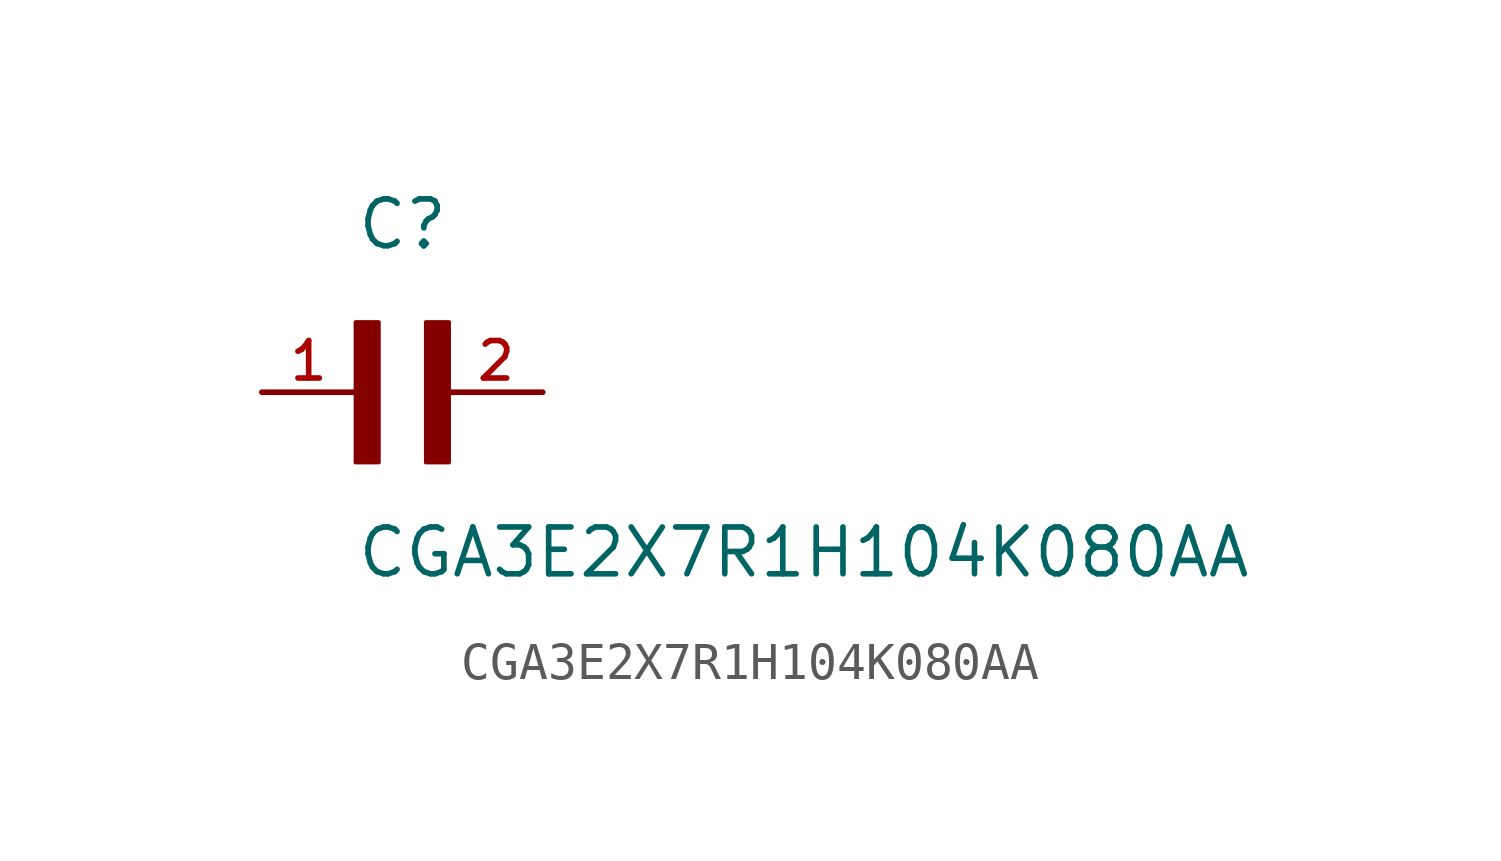
<source format=kicad_sym>
(kicad_symbol_lib
  (version 20211014)
  (generator kicad_symbol_editor)
  (symbol "CGA3E2X7R1H104K080AA"
    (pin_names
      (offset 1.016))
    (property "Reference" "C"
      (at 0.0 3.811 0)
      (effects (font (size 1.27 1.27)) (justify bottom left)))
    (property "Value" "CGA3E2X7R1H104K080AA"
      (at 0.0 -5.088 0)
      (effects (font (size 1.27 1.27)) (justify bottom left)))
    (symbol "CGA3E2X7R1H104K080AA_0_0"
      (rectangle (start 0.0 -1.907) (end 0.635 1.905) (stroke (width 0.1)) (fill (type outline)))
      (rectangle (start 1.907 -1.907) (end 2.54 1.905) (stroke (width 0.1)) (fill (type outline)))
      (pin passive line (at 5.08 0.0 180.0) (length 2.54) (name "~" (effects (font (size 1.016 1.016)))) (number "2" (effects (font (size 1.016 1.016)))))
      (pin passive line (at -2.54 0.0 0) (length 2.54) (name "~" (effects (font (size 1.016 1.016)))) (number "1" (effects (font (size 1.016 1.016))))))))
</source>
